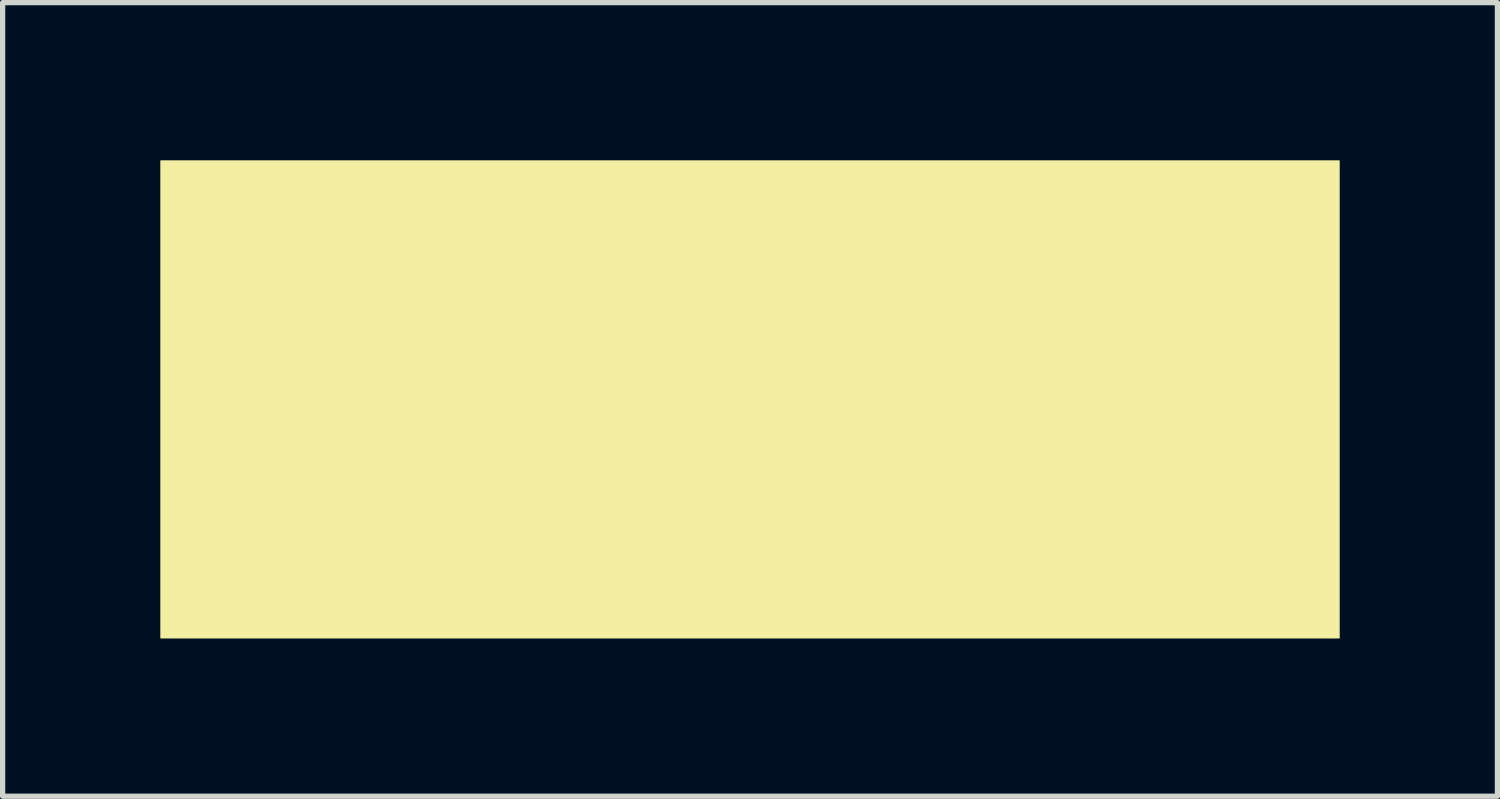
<source format=kicad_pcb>
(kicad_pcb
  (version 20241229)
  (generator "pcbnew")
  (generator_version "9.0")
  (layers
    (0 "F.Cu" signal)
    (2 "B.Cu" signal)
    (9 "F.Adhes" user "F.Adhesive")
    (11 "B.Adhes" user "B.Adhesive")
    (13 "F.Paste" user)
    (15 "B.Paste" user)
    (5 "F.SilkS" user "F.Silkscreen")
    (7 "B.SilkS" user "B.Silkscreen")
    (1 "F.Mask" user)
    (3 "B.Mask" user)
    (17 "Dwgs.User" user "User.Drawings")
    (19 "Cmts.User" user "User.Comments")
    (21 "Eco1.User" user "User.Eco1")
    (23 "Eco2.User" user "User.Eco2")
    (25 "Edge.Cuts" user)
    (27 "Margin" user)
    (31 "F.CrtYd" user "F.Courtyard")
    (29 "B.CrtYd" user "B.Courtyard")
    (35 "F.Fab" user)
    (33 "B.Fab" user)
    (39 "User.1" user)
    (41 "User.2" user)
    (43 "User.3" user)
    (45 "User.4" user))
  (footprint "adelie_logo3"
    (layer "F.Cu")
    (at 11.181 4.513)
    (property "Reference" "adelie_logo3" (at 0 0 0) (layer "F.SilkS") (effects (font (size 1.524 1.524) (thickness 0.3))))
    (attr through_hole)
    (fp_poly (pts (xy 11.239 4.572) (xy -11.176 4.572) (xy -11.176 -4.508) (xy 11.239 -4.508) (xy 11.239 4.572)) (stroke (width 0.01) (type solid)) (fill yes) (layer "F.SilkS")))
  (gr_rect
    (start -3 -3)
    (end 25.425 12.091)
    (stroke (width 0.1) (type default))
    (fill no)
    (layer "Edge.Cuts")))
</source>
